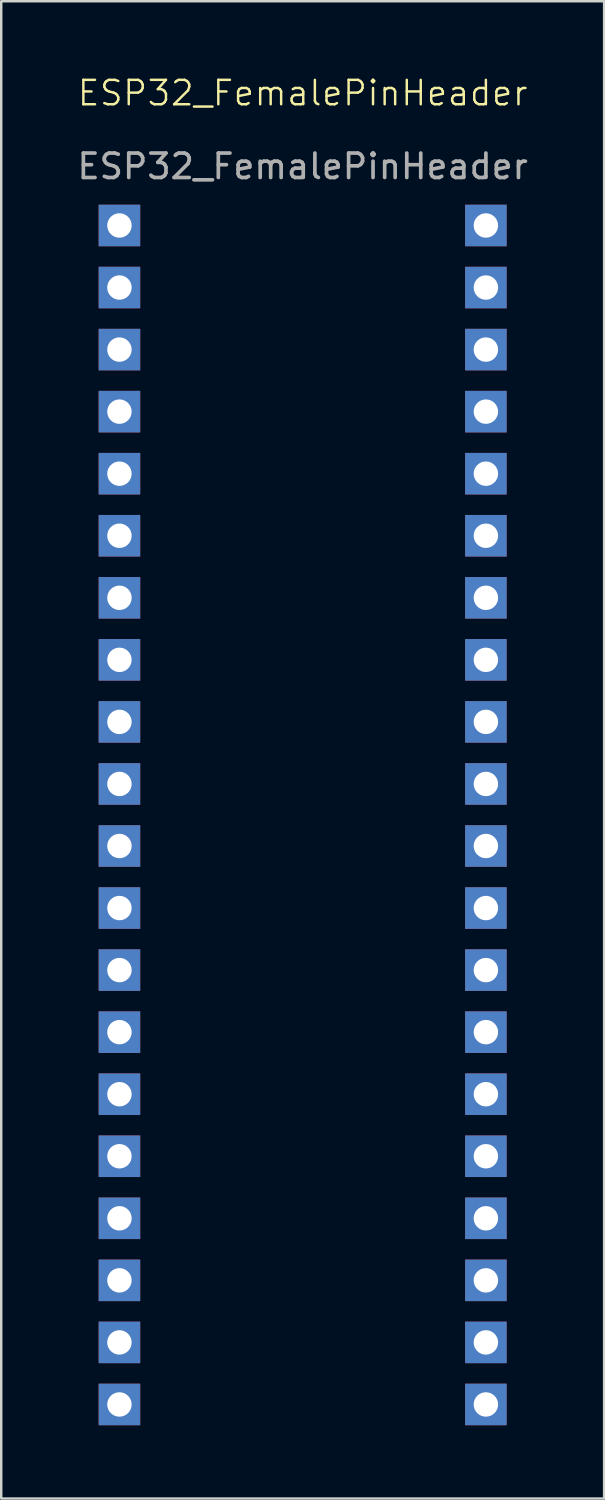
<source format=kicad_pcb>
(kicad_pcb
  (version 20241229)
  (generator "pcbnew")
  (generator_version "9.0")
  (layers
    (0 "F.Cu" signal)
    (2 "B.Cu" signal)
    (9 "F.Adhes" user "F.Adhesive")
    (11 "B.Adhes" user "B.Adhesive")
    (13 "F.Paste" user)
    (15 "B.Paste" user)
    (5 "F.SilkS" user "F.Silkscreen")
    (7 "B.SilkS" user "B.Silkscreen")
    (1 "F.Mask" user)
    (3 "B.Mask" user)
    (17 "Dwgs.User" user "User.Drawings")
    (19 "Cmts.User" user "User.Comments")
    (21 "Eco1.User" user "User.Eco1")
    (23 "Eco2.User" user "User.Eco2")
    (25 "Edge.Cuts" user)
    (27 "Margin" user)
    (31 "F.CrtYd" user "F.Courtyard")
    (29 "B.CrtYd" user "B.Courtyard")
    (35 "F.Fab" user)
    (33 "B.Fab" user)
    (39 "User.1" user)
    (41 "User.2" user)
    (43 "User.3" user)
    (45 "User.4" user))
  (footprint "ESP32_FemalePinHeader"
    (layer "F.Cu")
    (at 9.339 1.76)
    (property "Reference" "ESP32_FemalePinHeader" (at 0 -1 0) (unlocked yes) (layer "F.SilkS") (effects (font (size 1 1) (thickness 0.1))))
    (attr smd)
    (fp_text user "${REFERENCE}" (at 0 2 0) (unlocked yes) (layer "F.Fab") (effects (font (size 1 1) (thickness 0.15))))
    (pad "1" thru_hole rect (at -7.5 4.42) (size 1.7 1.7) (drill 1) (layers "*.Cu" "*.Mask"))
    (pad "1" thru_hole rect (at 7.5 4.42) (size 1.7 1.7) (drill 1) (layers "*.Cu" "*.Mask"))
    (pad "2" thru_hole rect (at -7.5 6.96) (size 1.7 1.7) (drill 1) (layers "*.Cu" "*.Mask"))
    (pad "2" thru_hole rect (at 7.5 6.96) (size 1.7 1.7) (drill 1) (layers "*.Cu" "*.Mask"))
    (pad "3" thru_hole rect (at -7.5 9.5) (size 1.7 1.7) (drill 1) (layers "*.Cu" "*.Mask"))
    (pad "3" thru_hole rect (at 7.5 9.5) (size 1.7 1.7) (drill 1) (layers "*.Cu" "*.Mask"))
    (pad "4" thru_hole rect (at -7.5 12.04) (size 1.7 1.7) (drill 1) (layers "*.Cu" "*.Mask"))
    (pad "4" thru_hole rect (at 7.5 12.04) (size 1.7 1.7) (drill 1) (layers "*.Cu" "*.Mask"))
    (pad "5" thru_hole rect (at -7.5 14.58) (size 1.7 1.7) (drill 1) (layers "*.Cu" "*.Mask"))
    (pad "5" thru_hole rect (at 7.5 14.58) (size 1.7 1.7) (drill 1) (layers "*.Cu" "*.Mask"))
    (pad "6" thru_hole rect (at -7.5 17.12) (size 1.7 1.7) (drill 1) (layers "*.Cu" "*.Mask"))
    (pad "6" thru_hole rect (at 7.5 17.12) (size 1.7 1.7) (drill 1) (layers "*.Cu" "*.Mask"))
    (pad "7" thru_hole rect (at -7.5 19.66) (size 1.7 1.7) (drill 1) (layers "*.Cu" "*.Mask"))
    (pad "7" thru_hole rect (at 7.5 19.66) (size 1.7 1.7) (drill 1) (layers "*.Cu" "*.Mask"))
    (pad "8" thru_hole rect (at -7.5 22.2) (size 1.7 1.7) (drill 1) (layers "*.Cu" "*.Mask"))
    (pad "8" thru_hole rect (at 7.5 22.2) (size 1.7 1.7) (drill 1) (layers "*.Cu" "*.Mask"))
    (pad "9" thru_hole rect (at -7.5 24.74) (size 1.7 1.7) (drill 1) (layers "*.Cu" "*.Mask"))
    (pad "9" thru_hole rect (at 7.5 24.74) (size 1.7 1.7) (drill 1) (layers "*.Cu" "*.Mask"))
    (pad "10" thru_hole rect (at -7.5 27.28) (size 1.7 1.7) (drill 1) (layers "*.Cu" "*.Mask"))
    (pad "10" thru_hole rect (at 7.5 27.28) (size 1.7 1.7) (drill 1) (layers "*.Cu" "*.Mask"))
    (pad "11" thru_hole rect (at -7.5 29.82) (size 1.7 1.7) (drill 1) (layers "*.Cu" "*.Mask"))
    (pad "11" thru_hole rect (at 7.5 29.82) (size 1.7 1.7) (drill 1) (layers "*.Cu" "*.Mask"))
    (pad "12" thru_hole rect (at -7.5 32.36) (size 1.7 1.7) (drill 1) (layers "*.Cu" "*.Mask"))
    (pad "12" thru_hole rect (at 7.5 32.36) (size 1.7 1.7) (drill 1) (layers "*.Cu" "*.Mask"))
    (pad "13" thru_hole rect (at -7.5 34.9) (size 1.7 1.7) (drill 1) (layers "*.Cu" "*.Mask"))
    (pad "13" thru_hole rect (at 7.5 34.9) (size 1.7 1.7) (drill 1) (layers "*.Cu" "*.Mask"))
    (pad "14" thru_hole rect (at -7.5 37.44) (size 1.7 1.7) (drill 1) (layers "*.Cu" "*.Mask"))
    (pad "14" thru_hole rect (at 7.5 37.44) (size 1.7 1.7) (drill 1) (layers "*.Cu" "*.Mask"))
    (pad "15" thru_hole rect (at -7.5 39.98) (size 1.7 1.7) (drill 1) (layers "*.Cu" "*.Mask"))
    (pad "15" thru_hole rect (at 7.5 39.98) (size 1.7 1.7) (drill 1) (layers "*.Cu" "*.Mask"))
    (pad "16" thru_hole rect (at -7.5 42.52) (size 1.7 1.7) (drill 1) (layers "*.Cu" "*.Mask"))
    (pad "16" thru_hole rect (at 7.5 42.52) (size 1.7 1.7) (drill 1) (layers "*.Cu" "*.Mask"))
    (pad "17" thru_hole rect (at -7.5 45.06) (size 1.7 1.7) (drill 1) (layers "*.Cu" "*.Mask"))
    (pad "17" thru_hole rect (at 7.5 45.06) (size 1.7 1.7) (drill 1) (layers "*.Cu" "*.Mask"))
    (pad "18" thru_hole rect (at -7.5 47.6) (size 1.7 1.7) (drill 1) (layers "*.Cu" "*.Mask"))
    (pad "18" thru_hole rect (at 7.5 47.6) (size 1.7 1.7) (drill 1) (layers "*.Cu" "*.Mask"))
    (pad "19" thru_hole rect (at -7.5 50.14) (size 1.7 1.7) (drill 1) (layers "*.Cu" "*.Mask"))
    (pad "19" thru_hole rect (at 7.5 50.14) (size 1.7 1.7) (drill 1) (layers "*.Cu" "*.Mask"))
    (pad "20" thru_hole rect (at -7.5 52.68) (size 1.7 1.7) (drill 1) (layers "*.Cu" "*.Mask"))
    (pad "20" thru_hole rect (at 7.5 52.68) (size 1.7 1.7) (drill 1) (layers "*.Cu" "*.Mask")))
  (gr_rect
    (start -3 -3)
    (end 21.679 58.291)
    (stroke (width 0.1) (type default))
    (fill no)
    (layer "Edge.Cuts")))
</source>
